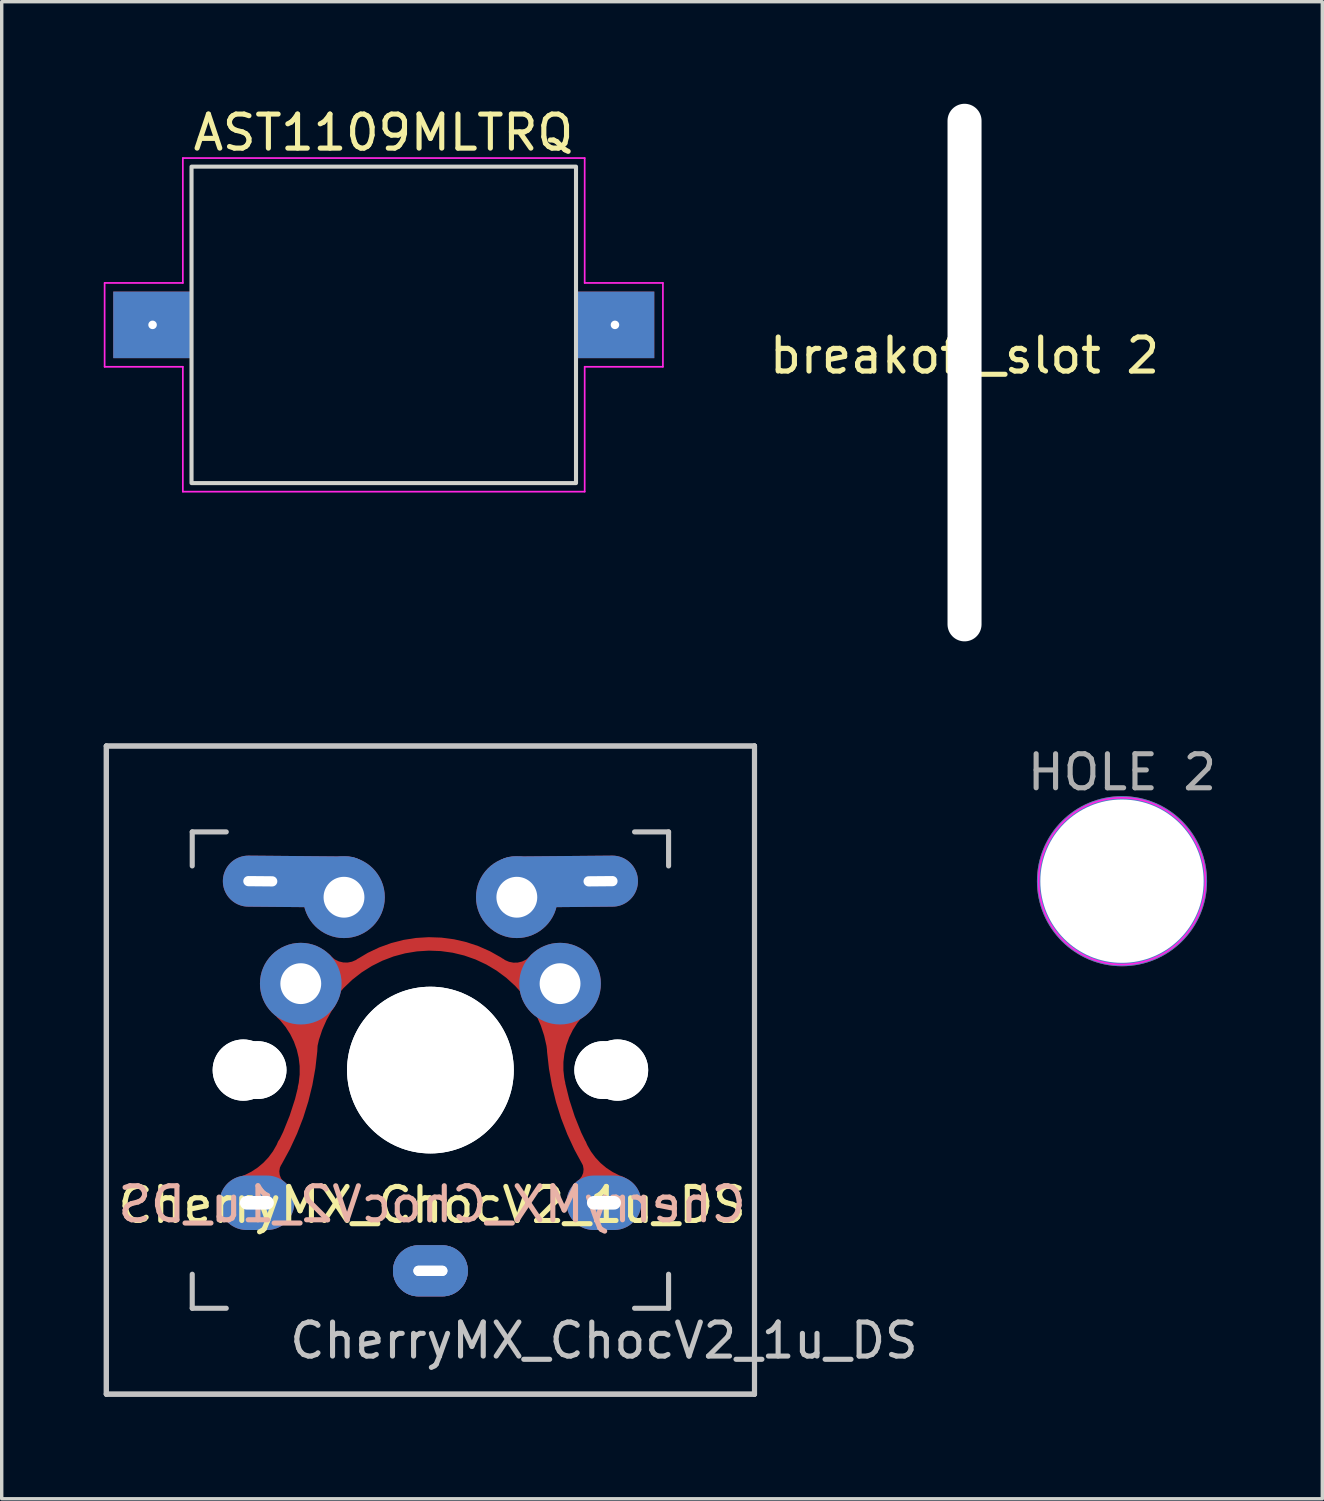
<source format=kicad_pcb>
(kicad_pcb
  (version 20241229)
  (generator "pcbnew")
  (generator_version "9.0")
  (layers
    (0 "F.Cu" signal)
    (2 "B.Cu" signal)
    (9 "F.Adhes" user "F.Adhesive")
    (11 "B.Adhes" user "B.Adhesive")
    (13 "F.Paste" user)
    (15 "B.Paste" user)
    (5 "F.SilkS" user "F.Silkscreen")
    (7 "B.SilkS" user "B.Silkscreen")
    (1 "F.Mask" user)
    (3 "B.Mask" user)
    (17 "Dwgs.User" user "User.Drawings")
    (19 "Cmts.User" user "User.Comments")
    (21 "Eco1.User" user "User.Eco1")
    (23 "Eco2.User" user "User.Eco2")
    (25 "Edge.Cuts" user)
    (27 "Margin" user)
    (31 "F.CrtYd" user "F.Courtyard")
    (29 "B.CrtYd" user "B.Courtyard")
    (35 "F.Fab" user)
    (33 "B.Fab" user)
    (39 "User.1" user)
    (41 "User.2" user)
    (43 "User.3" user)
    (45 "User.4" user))
  (footprint "breakoff_slot 2"
    (layer "F.Cu")
    (at 25.298 7.9)
    (property "Reference" "breakoff_slot 2" (at 0 -0.5 0) (unlocked yes) (layer "F.SilkS") (effects (font (size 1 1) (thickness 0.15))))
    (pad "" np_thru_hole oval (at 0 0) (size 1 15.8) (drill oval 1 15.8) (layers "*.Cu" "*.Mask")))
  (footprint "HOLE 2"
    (layer "F.Cu")
    (at 29.926 22.848)
    (property "Reference" "HOLE 2" (at 0 -3.2 0) (layer "F.Fab") (effects (font (size 1 1) (thickness 0.15))))
    (attr exclude_from_pos_files exclude_from_bom)
    (fp_circle (center 0 0) (end 2.2 0) (stroke (width 0.15) (type solid)) (fill no) (layer "Cmts.User"))
    (fp_circle (center 0 0) (end 2.45 0) (stroke (width 0.05) (type solid)) (fill no) (layer "F.CrtYd"))
    (pad "" np_thru_hole circle (at 0 0) (size 5 5) (drill 4.8) (layers "*.Cu" "*.Mask")))
  (footprint "AST1109MLTRQ"
    (layer "F.Cu")
    (at 8.229 6.498)
    (property "Reference" "AST1109MLTRQ" (at -0.01 -5.65 0) (layer "F.SilkS") (effects (font (size 1 1) (thickness 0.15))))
    (attr through_hole)
    (fp_rect (start -5.65 -4.65) (end 5.65 4.65) (stroke (width 0.12) (type default)) (fill no) (layer "Edge.Cuts"))
    (fp_line (start -8.204 -1.232) (end -5.905 -1.232) (stroke (width 0.05) (type solid)) (layer "F.CrtYd"))
    (fp_line (start -8.204 1.232) (end -8.204 -1.232) (stroke (width 0.05) (type solid)) (layer "F.CrtYd"))
    (fp_line (start -5.905 -4.902) (end 5.905 -4.902) (stroke (width 0.05) (type solid)) (layer "F.CrtYd"))
    (fp_line (start -5.905 -1.232) (end -5.905 -4.902) (stroke (width 0.05) (type solid)) (layer "F.CrtYd"))
    (fp_line (start -5.905 1.232) (end -8.204 1.232) (stroke (width 0.05) (type solid)) (layer "F.CrtYd"))
    (fp_line (start -5.905 4.902) (end -5.905 1.232) (stroke (width 0.05) (type solid)) (layer "F.CrtYd"))
    (fp_line (start 5.905 -4.902) (end 5.905 -1.232) (stroke (width 0.05) (type solid)) (layer "F.CrtYd"))
    (fp_line (start 5.905 1.232) (end 5.905 4.902) (stroke (width 0.05) (type solid)) (layer "F.CrtYd"))
    (fp_line (start 5.905 4.902) (end -5.905 4.902) (stroke (width 0.05) (type solid)) (layer "F.CrtYd"))
    (fp_line (start 8.204 -1.232) (end 5.905 -1.232) (stroke (width 0.05) (type solid)) (layer "F.CrtYd"))
    (fp_line (start 8.204 -1.232) (end 8.204 1.232) (stroke (width 0.05) (type solid)) (layer "F.CrtYd"))
    (fp_line (start 8.204 1.232) (end 5.905 1.232) (stroke (width 0.05) (type solid)) (layer "F.CrtYd"))
    (pad "1" thru_hole circle (at -6.795 0) (size 0.4 0.4) (drill 0.25) (layers "*.Cu" "*.Mask"))
    (pad "1" smd rect (at -6.795 0) (size 2.311 1.956) (layers "F.Cu" "F.Mask" "F.Paste"))
    (pad "1" smd rect (at -6.795 0) (size 2.311 1.956) (layers "B.Cu" "B.Mask" "B.Paste"))
    (pad "2" thru_hole circle (at 6.795 0) (size 0.4 0.4) (drill 0.25) (layers "*.Cu" "*.Mask"))
    (pad "2" smd rect (at 6.795 0) (size 2.311 1.956) (layers "F.Cu" "F.Mask" "F.Paste"))
    (pad "2" smd rect (at 6.795 0) (size 2.311 1.956) (layers "B.Cu" "B.Mask" "B.Paste")))
  (footprint "CherryMX_ChocV2_1u_DS"
    (layer "F.Cu")
    (at 9.6 28.4)
    (property "Reference" "CherryMX_ChocV2_1u_DS" (at 5.1 7.95 180) (layer "Dwgs.User") (effects (font (size 1 1) (thickness 0.15))))
    (attr through_hole)
    (fp_line (start -9.525 -9.525) (end -9.525 9.525) (stroke (width 0.15) (type solid)) (layer "Dwgs.User"))
    (fp_line (start -9.525 -9.525) (end 9.525 -9.525) (stroke (width 0.15) (type solid)) (layer "Dwgs.User"))
    (fp_line (start -9.525 9.525) (end -9.525 -9.525) (stroke (width 0.15) (type solid)) (layer "Dwgs.User"))
    (fp_line (start -9.525 9.525) (end 9.525 9.525) (stroke (width 0.15) (type solid)) (layer "Dwgs.User"))
    (fp_line (start -7 -7) (end -6 -7) (stroke (width 0.15) (type solid)) (layer "Dwgs.User"))
    (fp_line (start -7 -6) (end -7 -7) (stroke (width 0.15) (type solid)) (layer "Dwgs.User"))
    (fp_line (start -7 7) (end -7 6) (stroke (width 0.15) (type solid)) (layer "Dwgs.User"))
    (fp_line (start -6 7) (end -7 7) (stroke (width 0.15) (type solid)) (layer "Dwgs.User"))
    (fp_line (start 6 7) (end 7 7) (stroke (width 0.15) (type solid)) (layer "Dwgs.User"))
    (fp_line (start 7 -7) (end 6 -7) (stroke (width 0.15) (type solid)) (layer "Dwgs.User"))
    (fp_line (start 7 -6) (end 7 -7) (stroke (width 0.15) (type solid)) (layer "Dwgs.User"))
    (fp_line (start 7 7) (end 7 6) (stroke (width 0.15) (type solid)) (layer "Dwgs.User"))
    (fp_line (start 9.525 -9.525) (end -9.525 -9.525) (stroke (width 0.15) (type solid)) (layer "Dwgs.User"))
    (fp_line (start 9.525 -9.525) (end 9.525 9.525) (stroke (width 0.15) (type solid)) (layer "Dwgs.User"))
    (fp_line (start 9.525 9.525) (end -9.525 9.525) (stroke (width 0.15) (type solid)) (layer "Dwgs.User"))
    (fp_line (start 9.525 9.525) (end 9.525 -9.525) (stroke (width 0.15) (type solid)) (layer "Dwgs.User"))
    (fp_text user "${REFERENCE}" (at 0.05 4.55 0) (unlocked yes) (layer "F.SilkS") (effects (font (size 1 1) (thickness 0.15)) (justify bottom)))
    (fp_text user "${REFERENCE}" (at 0.05 4.53 0) (unlocked yes) (layer "B.SilkS") (effects (font (size 1 1) (thickness 0.15)) (justify bottom mirror)))
    (pad "" np_thru_hole circle (at -5.5 0 90) (size 1.8 1.8) (drill 1.8) (layers "*.Cu" "*.Mask"))
    (pad "" np_thru_hole circle (at -5.5 0 270) (size 1.8 1.8) (drill 1.8) (layers "*.Cu" "*.Mask"))
    (pad "" np_thru_hole circle (at -5.08 0) (size 1.7 1.7) (drill 1.7) (layers "*.Cu" "*.Mask"))
    (pad "" np_thru_hole circle (at -5.08 0) (size 1.7 1.7) (drill 1.7) (layers "*.Cu" "*.Mask"))
    (pad "" np_thru_hole circle (at 0 0 90) (size 4.9 4.9) (drill 4.9) (layers "*.Cu" "*.Mask"))
    (pad "" np_thru_hole circle (at 0 0 270) (size 4.9 4.9) (drill 4.9) (layers "*.Cu" "*.Mask"))
    (pad "" np_thru_hole circle (at 5.08 0) (size 1.7 1.7) (drill 1.7) (layers "*.Cu" "*.Mask"))
    (pad "" np_thru_hole circle (at 5.08 0) (size 1.7 1.7) (drill 1.7) (layers "*.Cu" "*.Mask"))
    (pad "" np_thru_hole circle (at 5.5 0 270) (size 1.8 1.8) (drill 1.8) (layers "*.Cu" "*.Mask"))
    (pad "" np_thru_hole circle (at 5.5 0 90) (size 1.8 1.8) (drill 1.8) (layers "*.Cu" "*.Mask"))
    (pad "1" thru_hole oval (at -5.1 3.9) (size 2.2 1.6) (drill oval 1 0.4) (layers "*.Cu" "B.Mask"))
    (pad "1" smd custom (at -3.81 -2.54) (size 1.524 1.524) (layers "F.Cu") (options (anchor circle)) (primitives (gr_arc (start 0.570001 0.74) (mid 3.762184 -1.166118) (end 7.002482 0.657009) (width 0.4)) (gr_arc (start 0.24611 2.084536) (mid 0.44854 1.283786) (end 0.835451 0.554074) (width 0.4)) (gr_circle (center 0.066 1.325) (end 0.2 1.325) (width 0.4) (fill no)) (gr_arc (start -0.552896 0.852499) (mid 0.07 1.88) (end 0.107327 3.080984) (width 0.4)) (gr_arc (start 6.915714 -0.706674) (mid 6.403123 -0.425033) (end 5.835638 -0.566567) (width 0.4)) (gr_arc (start 1.790076 -0.569893) (mid 1.222591 -0.428359) (end 0.71 -0.71) (width 0.4)) (gr_line (start 7.002 0.657) (end 7.41 1.05) (width 0.4)) (gr_circle (center 7.62 1.2) (end 7.753 1.2) (width 0.4) (fill no)) (gr_arc (start 7.578783 2.956448) (mid 7.616109 1.755463) (end 8.239005 0.727962) (width 0.4)) (gr_arc (start 9.002222 6.029671) (mid 7.578783 2.956448) (end 7.631989 -0.430002) (width 0.4)) (gr_arc (start 8.450259 5.209712) (mid 8.489998 5.609999) (end 8.265138 5.943536) (width 0.4)) (gr_arc (start 9.4 5.86) (mid 8.676148 5.415271) (end 8.191191 4.717731) (width 0.4)) (gr_arc (start 6.850658 0.429539) (mid 7.237561 1.159252) (end 7.439985 1.960002) (width 0.4)) (gr_arc (start 0.092222 -0.449671) (mid 0.145461 2.936783) (end -1.278001 6.01) (width 0.4)) (gr_arc (start -0.48 4.71) (mid -0.964953 5.407542) (end -1.688803 5.852272) (width 0.4)) (gr_arc (start -0.584881 6.003826) (mid -0.80974 5.670288) (end -0.77 5.27) (width 0.4))))
    (pad "1" thru_hole circle (at -3.81 -2.54) (size 2.4 2.4) (drill 1.2) (layers "*.Cu" "B.Mask"))
    (pad "1" thru_hole circle (at 3.81 -2.54) (size 2.4 2.4) (drill 1.2) (layers "*.Cu" "F.Mask"))
    (pad "1" thru_hole oval (at 5.1 3.9) (size 2.2 1.6) (drill oval 1 0.4) (layers "*.Cu" "F.Mask"))
    (pad "2" thru_hole oval (at -5 -5.55 359.5) (size 4.4 1.5) (drill oval 1 0.3 (offset 1.1 0)) (layers "*.Cu" "F.Mask"))
    (pad "2" thru_hole circle (at -2.54 -5.08) (size 2.4 2.4) (drill 1.2) (layers "*.Cu" "F.Mask"))
    (pad "2" thru_hole oval (at 0 5.9) (size 2.2 1.5) (drill oval 1 0.3) (layers "*.Cu" "F.Mask"))
    (pad "2" thru_hole oval (at 0 5.9) (size 2.2 1.5) (drill oval 1 0.3) (layers "*.Cu" "B.Mask"))
    (pad "2" thru_hole circle (at 2.54 -5.08) (size 2.4 2.4) (drill 1.2) (layers "*.Cu" "B.Mask"))
    (pad "2" thru_hole oval (at 5 -5.55 0.5) (size 4.4 1.5) (drill oval 1 0.3 (offset -1.1 0)) (layers "*.Cu" "B.Mask")))
  (gr_rect
    (start -3 -3)
    (end 35.813 41)
    (stroke (width 0.1) (type default))
    (fill no)
    (layer "Edge.Cuts")))
</source>
